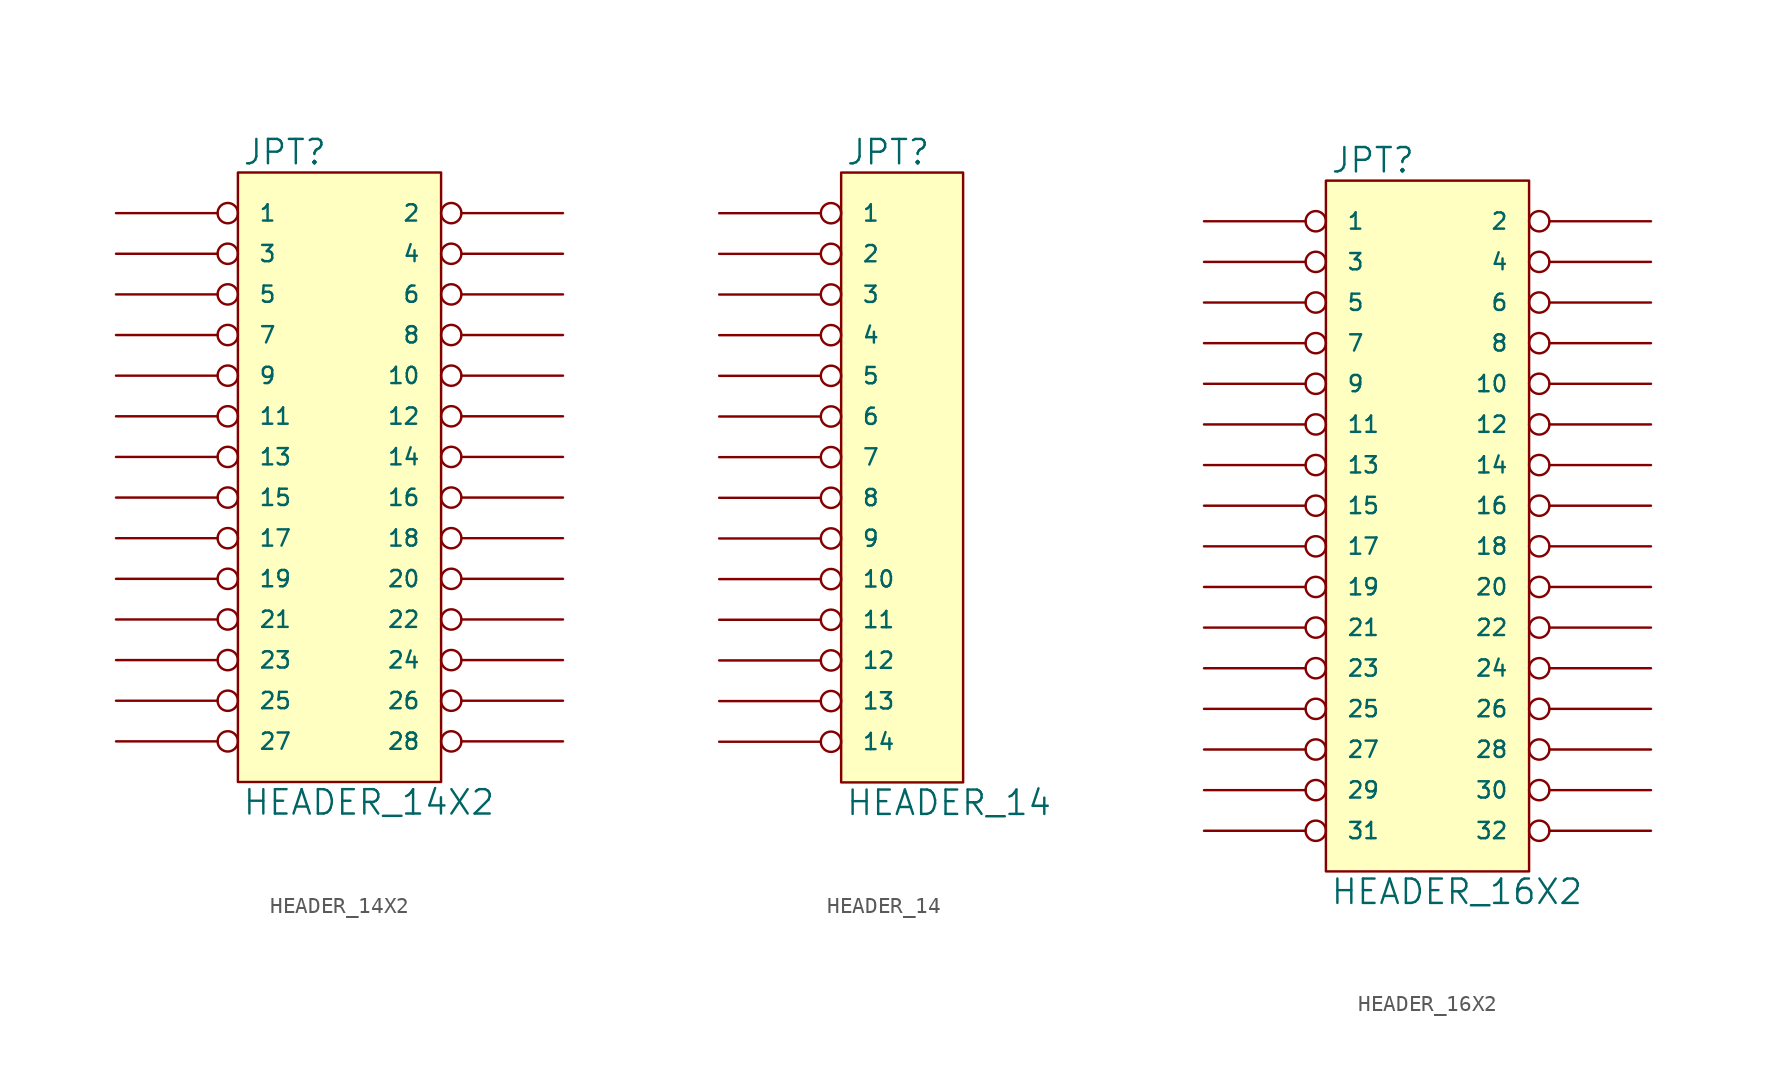
<source format=kicad_sym>
(kicad_symbol_lib
  (version 20231120)
  (generator "kicad_symbol_editor")
  (generator_version "8.0")
  (symbol "HEADER_14X2"
    (pin_names
      (offset 1.27))
    (property "Reference" "JPT"
      (at 0.254 0.381 0)
      (effects (font (size 1.524 1.524)) (justify left bottom)))
    (property "Value" "HEADER_14X2"
      (at 0.254 -38.481 0)
      (effects (font (size 1.524 1.524)) (justify left top)))
    (symbol "HEADER_14X2_0_1"
      (rectangle (start 0 0) (end 12.7 -38.1) (stroke (width 0) (type solid)) (fill (type background))))
    (symbol "HEADER_14X2_1_1"
      (pin passive inverted (at -7.62 -2.54 0) (length 7.62) (name "1" (effects (font (size 1.016 1.016)))) (number "~" (effects (font (size 1.27 1.27)))))
      (pin passive inverted (at 20.32 -12.7 180) (length 7.62) (name "10" (effects (font (size 1.016 1.016)))) (number "~" (effects (font (size 1.27 1.27)))))
      (pin passive inverted (at -7.62 -15.24 0) (length 7.62) (name "11" (effects (font (size 1.016 1.016)))) (number "~" (effects (font (size 1.27 1.27)))))
      (pin passive inverted (at 20.32 -15.24 180) (length 7.62) (name "12" (effects (font (size 1.016 1.016)))) (number "~" (effects (font (size 1.27 1.27)))))
      (pin passive inverted (at -7.62 -17.78 0) (length 7.62) (name "13" (effects (font (size 1.016 1.016)))) (number "~" (effects (font (size 1.27 1.27)))))
      (pin passive inverted (at 20.32 -17.78 180) (length 7.62) (name "14" (effects (font (size 1.016 1.016)))) (number "~" (effects (font (size 1.27 1.27)))))
      (pin passive inverted (at -7.62 -20.32 0) (length 7.62) (name "15" (effects (font (size 1.016 1.016)))) (number "~" (effects (font (size 1.27 1.27)))))
      (pin passive inverted (at 20.32 -20.32 180) (length 7.62) (name "16" (effects (font (size 1.016 1.016)))) (number "~" (effects (font (size 1.27 1.27)))))
      (pin passive inverted (at -7.62 -22.86 0) (length 7.62) (name "17" (effects (font (size 1.016 1.016)))) (number "~" (effects (font (size 1.27 1.27)))))
      (pin passive inverted (at 20.32 -22.86 180) (length 7.62) (name "18" (effects (font (size 1.016 1.016)))) (number "~" (effects (font (size 1.27 1.27)))))
      (pin passive inverted (at -7.62 -25.4 0) (length 7.62) (name "19" (effects (font (size 1.016 1.016)))) (number "~" (effects (font (size 1.27 1.27)))))
      (pin passive inverted (at 20.32 -2.54 180) (length 7.62) (name "2" (effects (font (size 1.016 1.016)))) (number "~" (effects (font (size 1.27 1.27)))))
      (pin passive inverted (at 20.32 -25.4 180) (length 7.62) (name "20" (effects (font (size 1.016 1.016)))) (number "~" (effects (font (size 1.27 1.27)))))
      (pin passive inverted (at -7.62 -27.94 0) (length 7.62) (name "21" (effects (font (size 1.016 1.016)))) (number "~" (effects (font (size 1.27 1.27)))))
      (pin passive inverted (at 20.32 -27.94 180) (length 7.62) (name "22" (effects (font (size 1.016 1.016)))) (number "~" (effects (font (size 1.27 1.27)))))
      (pin passive inverted (at -7.62 -30.48 0) (length 7.62) (name "23" (effects (font (size 1.016 1.016)))) (number "~" (effects (font (size 1.27 1.27)))))
      (pin passive inverted (at 20.32 -30.48 180) (length 7.62) (name "24" (effects (font (size 1.016 1.016)))) (number "~" (effects (font (size 1.27 1.27)))))
      (pin passive inverted (at -7.62 -33.02 0) (length 7.62) (name "25" (effects (font (size 1.016 1.016)))) (number "~" (effects (font (size 1.27 1.27)))))
      (pin passive inverted (at 20.32 -33.02 180) (length 7.62) (name "26" (effects (font (size 1.016 1.016)))) (number "~" (effects (font (size 1.27 1.27)))))
      (pin passive inverted (at -7.62 -35.56 0) (length 7.62) (name "27" (effects (font (size 1.016 1.016)))) (number "~" (effects (font (size 1.27 1.27)))))
      (pin passive inverted (at 20.32 -35.56 180) (length 7.62) (name "28" (effects (font (size 1.016 1.016)))) (number "~" (effects (font (size 1.27 1.27)))))
      (pin passive inverted (at -7.62 -5.08 0) (length 7.62) (name "3" (effects (font (size 1.016 1.016)))) (number "~" (effects (font (size 1.27 1.27)))))
      (pin passive inverted (at 20.32 -5.08 180) (length 7.62) (name "4" (effects (font (size 1.016 1.016)))) (number "~" (effects (font (size 1.27 1.27)))))
      (pin passive inverted (at -7.62 -7.62 0) (length 7.62) (name "5" (effects (font (size 1.016 1.016)))) (number "~" (effects (font (size 1.27 1.27)))))
      (pin passive inverted (at 20.32 -7.62 180) (length 7.62) (name "6" (effects (font (size 1.016 1.016)))) (number "~" (effects (font (size 1.27 1.27)))))
      (pin passive inverted (at -7.62 -10.16 0) (length 7.62) (name "7" (effects (font (size 1.016 1.016)))) (number "~" (effects (font (size 1.27 1.27)))))
      (pin passive inverted (at 20.32 -10.16 180) (length 7.62) (name "8" (effects (font (size 1.016 1.016)))) (number "~" (effects (font (size 1.27 1.27)))))
      (pin passive inverted (at -7.62 -12.7 0) (length 7.62) (name "9" (effects (font (size 1.016 1.016)))) (number "~" (effects (font (size 1.27 1.27)))))))
  (symbol "HEADER_14"
    (pin_names
      (offset 1.27))
    (property "Reference" "JPT"
      (at 0.254 0.381 0)
      (effects (font (size 1.524 1.524)) (justify left bottom)))
    (property "Value" "HEADER_14"
      (at 0.254 -38.481 0)
      (effects (font (size 1.524 1.524)) (justify left top)))
    (symbol "HEADER_14_0_1"
      (rectangle (start 0 0) (end 7.62 -38.1) (stroke (width 0) (type solid)) (fill (type background))))
    (symbol "HEADER_14_1_1"
      (pin passive inverted (at -7.62 -2.54 0) (length 7.62) (name "1" (effects (font (size 1.016 1.016)))) (number "~" (effects (font (size 1.27 1.27)))))
      (pin passive inverted (at -7.62 -25.4 0) (length 7.62) (name "10" (effects (font (size 1.016 1.016)))) (number "~" (effects (font (size 1.27 1.27)))))
      (pin passive inverted (at -7.62 -27.94 0) (length 7.62) (name "11" (effects (font (size 1.016 1.016)))) (number "~" (effects (font (size 1.27 1.27)))))
      (pin passive inverted (at -7.62 -30.48 0) (length 7.62) (name "12" (effects (font (size 1.016 1.016)))) (number "~" (effects (font (size 1.27 1.27)))))
      (pin passive inverted (at -7.62 -33.02 0) (length 7.62) (name "13" (effects (font (size 1.016 1.016)))) (number "~" (effects (font (size 1.27 1.27)))))
      (pin passive inverted (at -7.62 -35.56 0) (length 7.62) (name "14" (effects (font (size 1.016 1.016)))) (number "~" (effects (font (size 1.27 1.27)))))
      (pin passive inverted (at -7.62 -5.08 0) (length 7.62) (name "2" (effects (font (size 1.016 1.016)))) (number "~" (effects (font (size 1.27 1.27)))))
      (pin passive inverted (at -7.62 -7.62 0) (length 7.62) (name "3" (effects (font (size 1.016 1.016)))) (number "~" (effects (font (size 1.27 1.27)))))
      (pin passive inverted (at -7.62 -10.16 0) (length 7.62) (name "4" (effects (font (size 1.016 1.016)))) (number "~" (effects (font (size 1.27 1.27)))))
      (pin passive inverted (at -7.62 -12.7 0) (length 7.62) (name "5" (effects (font (size 1.016 1.016)))) (number "~" (effects (font (size 1.27 1.27)))))
      (pin passive inverted (at -7.62 -15.24 0) (length 7.62) (name "6" (effects (font (size 1.016 1.016)))) (number "~" (effects (font (size 1.27 1.27)))))
      (pin passive inverted (at -7.62 -17.78 0) (length 7.62) (name "7" (effects (font (size 1.016 1.016)))) (number "~" (effects (font (size 1.27 1.27)))))
      (pin passive inverted (at -7.62 -20.32 0) (length 7.62) (name "8" (effects (font (size 1.016 1.016)))) (number "~" (effects (font (size 1.27 1.27)))))
      (pin passive inverted (at -7.62 -22.86 0) (length 7.62) (name "9" (effects (font (size 1.016 1.016)))) (number "~" (effects (font (size 1.27 1.27)))))))
  (symbol "HEADER_16X2"
    (pin_names
      (offset 1.27))
    (property "Reference" "JPT"
      (at 0.254 0.381 0)
      (effects (font (size 1.524 1.524)) (justify left bottom)))
    (property "Value" "HEADER_16X2"
      (at 0.254 -43.561 0)
      (effects (font (size 1.524 1.524)) (justify left top)))
    (symbol "HEADER_16X2_0_1"
      (rectangle (start 0 0) (end 12.7 -43.18) (stroke (width 0) (type solid)) (fill (type background))))
    (symbol "HEADER_16X2_1_1"
      (pin passive inverted (at -7.62 -2.54 0) (length 7.62) (name "1" (effects (font (size 1.016 1.016)))) (number "~" (effects (font (size 1.27 1.27)))))
      (pin passive inverted (at 20.32 -12.7 180) (length 7.62) (name "10" (effects (font (size 1.016 1.016)))) (number "~" (effects (font (size 1.27 1.27)))))
      (pin passive inverted (at -7.62 -15.24 0) (length 7.62) (name "11" (effects (font (size 1.016 1.016)))) (number "~" (effects (font (size 1.27 1.27)))))
      (pin passive inverted (at 20.32 -15.24 180) (length 7.62) (name "12" (effects (font (size 1.016 1.016)))) (number "~" (effects (font (size 1.27 1.27)))))
      (pin passive inverted (at -7.62 -17.78 0) (length 7.62) (name "13" (effects (font (size 1.016 1.016)))) (number "~" (effects (font (size 1.27 1.27)))))
      (pin passive inverted (at 20.32 -17.78 180) (length 7.62) (name "14" (effects (font (size 1.016 1.016)))) (number "~" (effects (font (size 1.27 1.27)))))
      (pin passive inverted (at -7.62 -20.32 0) (length 7.62) (name "15" (effects (font (size 1.016 1.016)))) (number "~" (effects (font (size 1.27 1.27)))))
      (pin passive inverted (at 20.32 -20.32 180) (length 7.62) (name "16" (effects (font (size 1.016 1.016)))) (number "~" (effects (font (size 1.27 1.27)))))
      (pin passive inverted (at -7.62 -22.86 0) (length 7.62) (name "17" (effects (font (size 1.016 1.016)))) (number "~" (effects (font (size 1.27 1.27)))))
      (pin passive inverted (at 20.32 -22.86 180) (length 7.62) (name "18" (effects (font (size 1.016 1.016)))) (number "~" (effects (font (size 1.27 1.27)))))
      (pin passive inverted (at -7.62 -25.4 0) (length 7.62) (name "19" (effects (font (size 1.016 1.016)))) (number "~" (effects (font (size 1.27 1.27)))))
      (pin passive inverted (at 20.32 -2.54 180) (length 7.62) (name "2" (effects (font (size 1.016 1.016)))) (number "~" (effects (font (size 1.27 1.27)))))
      (pin passive inverted (at 20.32 -25.4 180) (length 7.62) (name "20" (effects (font (size 1.016 1.016)))) (number "~" (effects (font (size 1.27 1.27)))))
      (pin passive inverted (at -7.62 -27.94 0) (length 7.62) (name "21" (effects (font (size 1.016 1.016)))) (number "~" (effects (font (size 1.27 1.27)))))
      (pin passive inverted (at 20.32 -27.94 180) (length 7.62) (name "22" (effects (font (size 1.016 1.016)))) (number "~" (effects (font (size 1.27 1.27)))))
      (pin passive inverted (at -7.62 -30.48 0) (length 7.62) (name "23" (effects (font (size 1.016 1.016)))) (number "~" (effects (font (size 1.27 1.27)))))
      (pin passive inverted (at 20.32 -30.48 180) (length 7.62) (name "24" (effects (font (size 1.016 1.016)))) (number "~" (effects (font (size 1.27 1.27)))))
      (pin passive inverted (at -7.62 -33.02 0) (length 7.62) (name "25" (effects (font (size 1.016 1.016)))) (number "~" (effects (font (size 1.27 1.27)))))
      (pin passive inverted (at 20.32 -33.02 180) (length 7.62) (name "26" (effects (font (size 1.016 1.016)))) (number "~" (effects (font (size 1.27 1.27)))))
      (pin passive inverted (at -7.62 -35.56 0) (length 7.62) (name "27" (effects (font (size 1.016 1.016)))) (number "~" (effects (font (size 1.27 1.27)))))
      (pin passive inverted (at 20.32 -35.56 180) (length 7.62) (name "28" (effects (font (size 1.016 1.016)))) (number "~" (effects (font (size 1.27 1.27)))))
      (pin passive inverted (at -7.62 -38.1 0) (length 7.62) (name "29" (effects (font (size 1.016 1.016)))) (number "~" (effects (font (size 1.27 1.27)))))
      (pin passive inverted (at -7.62 -5.08 0) (length 7.62) (name "3" (effects (font (size 1.016 1.016)))) (number "~" (effects (font (size 1.27 1.27)))))
      (pin passive inverted (at 20.32 -38.1 180) (length 7.62) (name "30" (effects (font (size 1.016 1.016)))) (number "~" (effects (font (size 1.27 1.27)))))
      (pin passive inverted (at -7.62 -40.64 0) (length 7.62) (name "31" (effects (font (size 1.016 1.016)))) (number "~" (effects (font (size 1.27 1.27)))))
      (pin passive inverted (at 20.32 -40.64 180) (length 7.62) (name "32" (effects (font (size 1.016 1.016)))) (number "~" (effects (font (size 1.27 1.27)))))
      (pin passive inverted (at 20.32 -5.08 180) (length 7.62) (name "4" (effects (font (size 1.016 1.016)))) (number "~" (effects (font (size 1.27 1.27)))))
      (pin passive inverted (at -7.62 -7.62 0) (length 7.62) (name "5" (effects (font (size 1.016 1.016)))) (number "~" (effects (font (size 1.27 1.27)))))
      (pin passive inverted (at 20.32 -7.62 180) (length 7.62) (name "6" (effects (font (size 1.016 1.016)))) (number "~" (effects (font (size 1.27 1.27)))))
      (pin passive inverted (at -7.62 -10.16 0) (length 7.62) (name "7" (effects (font (size 1.016 1.016)))) (number "~" (effects (font (size 1.27 1.27)))))
      (pin passive inverted (at 20.32 -10.16 180) (length 7.62) (name "8" (effects (font (size 1.016 1.016)))) (number "~" (effects (font (size 1.27 1.27)))))
      (pin passive inverted (at -7.62 -12.7 0) (length 7.62) (name "9" (effects (font (size 1.016 1.016)))) (number "~" (effects (font (size 1.27 1.27))))))))
</source>
